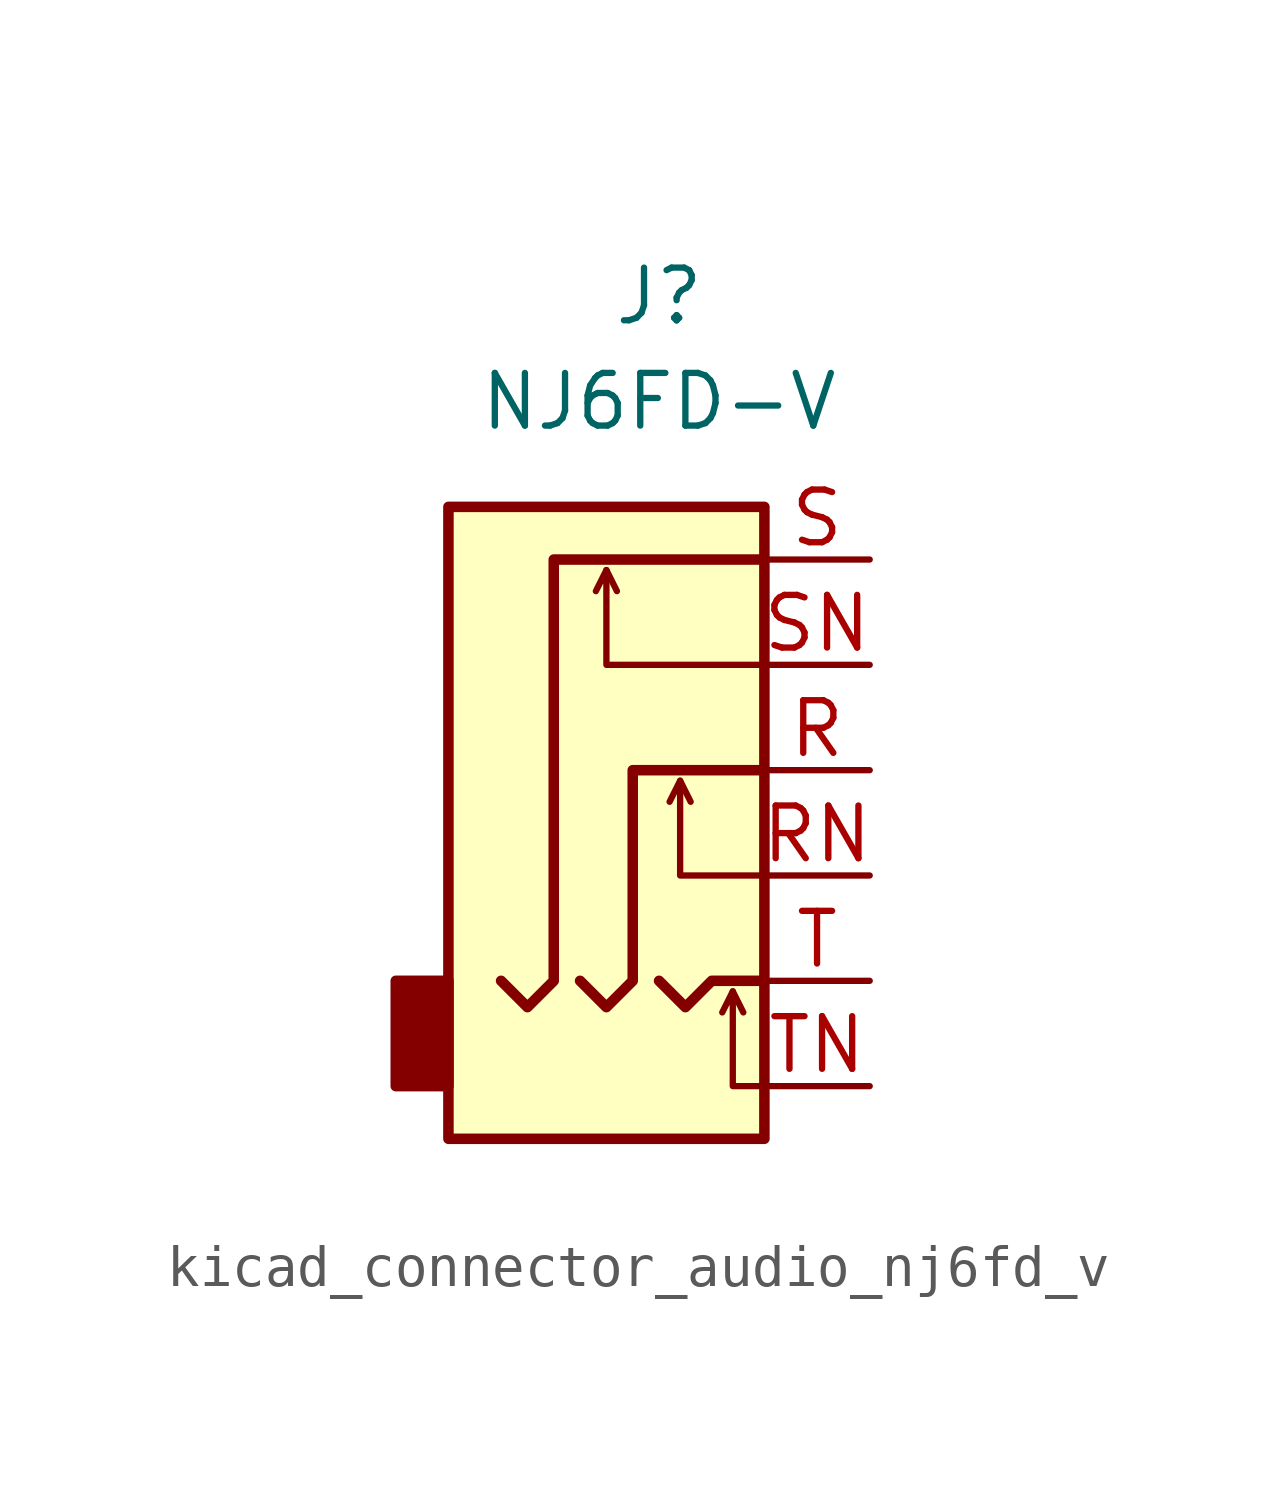
<source format=kicad_sym>
(kicad_symbol_lib
  (version 20220914)
  (generator kicad_symbol_editor)
  (symbol "kicad_connector_audio_nj6fd_v"
    (property "Reference" "J"
      (at 0 11.43 0)
      (effects (font (size 1.27 1.27))))
    (property "Value" "NJ6FD-V"
      (at 0 8.89 0)
      (effects (font (size 1.27 1.27))))
    (symbol "kicad_connector_audio_nj6fd_v_0_1"
      (rectangle (start -5.08 -5.08) (end -6.35 -7.62) (stroke (width 0.254) (type default)) (fill (type outline)))
      (polyline (pts (xy -1.27 4.826) (xy -1.016 4.318)) (stroke (width 0) (type default)) (fill (type none)))
      (polyline (pts (xy 0.508 -0.254) (xy 0.762 -0.762)) (stroke (width 0) (type default)) (fill (type none)))
      (polyline (pts (xy 1.778 -5.334) (xy 2.032 -5.842)) (stroke (width 0) (type default)) (fill (type none)))
      (polyline (pts (xy 0 -5.08) (xy 0.635 -5.715) (xy 1.27 -5.08) (xy 2.54 -5.08)) (stroke (width 0.254) (type default)) (fill (type none)))
      (polyline (pts (xy 2.54 -7.62) (xy 1.778 -7.62) (xy 1.778 -5.334) (xy 1.524 -5.842)) (stroke (width 0) (type default)) (fill (type none)))
      (polyline (pts (xy 2.54 -2.54) (xy 0.508 -2.54) (xy 0.508 -0.254) (xy 0.254 -0.762)) (stroke (width 0) (type default)) (fill (type none)))
      (polyline (pts (xy 2.54 2.54) (xy -1.27 2.54) (xy -1.27 4.826) (xy -1.524 4.318)) (stroke (width 0) (type default)) (fill (type none)))
      (polyline (pts (xy -1.905 -5.08) (xy -1.27 -5.715) (xy -0.635 -5.08) (xy -0.635 0) (xy 2.54 0)) (stroke (width 0.254) (type default)) (fill (type none)))
      (polyline (pts (xy 2.54 5.08) (xy -2.54 5.08) (xy -2.54 -5.08) (xy -3.175 -5.715) (xy -3.81 -5.08)) (stroke (width 0.254) (type default)) (fill (type none)))
      (rectangle (start 2.54 6.35) (end -5.08 -8.89) (stroke (width 0.254) (type default)) (fill (type background))))
    (symbol "kicad_connector_audio_nj6fd_v_1_1"
      (pin passive line (at 5.08 0 180) (length 2.54) (name "~" (effects (font (size 1.27 1.27)))) (number "R" (effects (font (size 1.27 1.27)))))
      (pin passive line (at 5.08 -2.54 180) (length 2.54) (name "~" (effects (font (size 1.27 1.27)))) (number "RN" (effects (font (size 1.27 1.27)))))
      (pin passive line (at 5.08 5.08 180) (length 2.54) (name "~" (effects (font (size 1.27 1.27)))) (number "S" (effects (font (size 1.27 1.27)))))
      (pin passive line (at 5.08 2.54 180) (length 2.54) (name "~" (effects (font (size 1.27 1.27)))) (number "SN" (effects (font (size 1.27 1.27)))))
      (pin passive line (at 5.08 -5.08 180) (length 2.54) (name "~" (effects (font (size 1.27 1.27)))) (number "T" (effects (font (size 1.27 1.27)))))
      (pin passive line (at 5.08 -7.62 180) (length 2.54) (name "~" (effects (font (size 1.27 1.27)))) (number "TN" (effects (font (size 1.27 1.27))))))))
</source>
